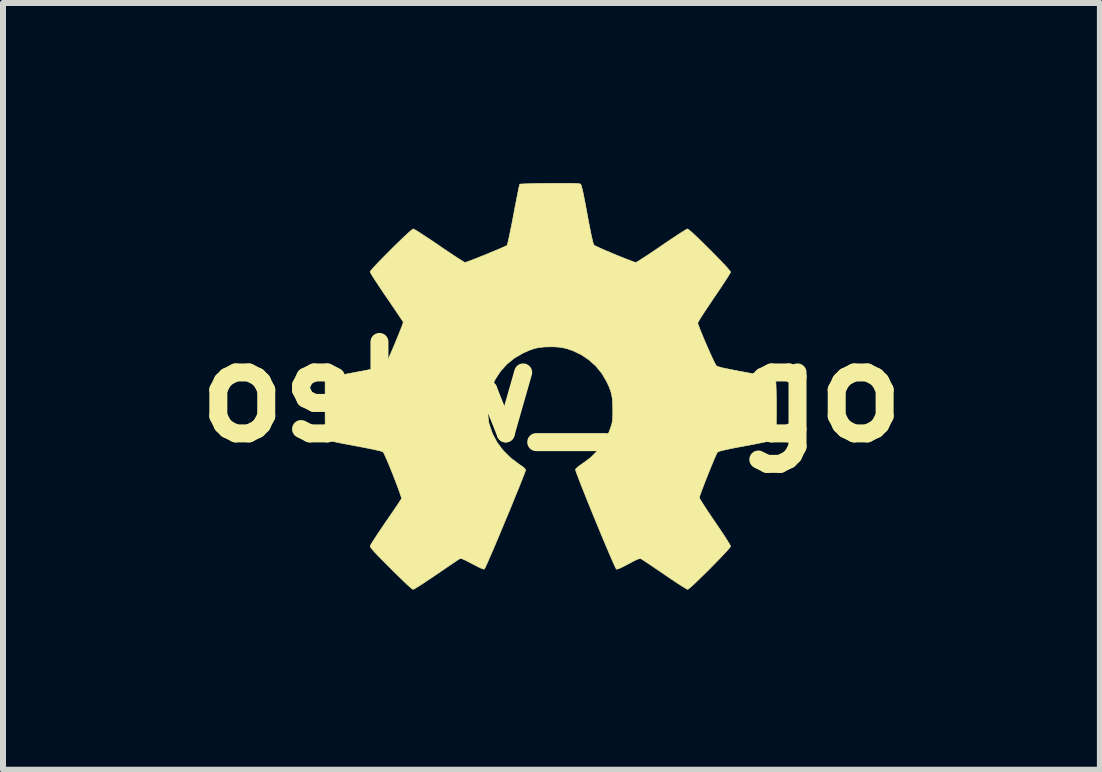
<source format=kicad_pcb>
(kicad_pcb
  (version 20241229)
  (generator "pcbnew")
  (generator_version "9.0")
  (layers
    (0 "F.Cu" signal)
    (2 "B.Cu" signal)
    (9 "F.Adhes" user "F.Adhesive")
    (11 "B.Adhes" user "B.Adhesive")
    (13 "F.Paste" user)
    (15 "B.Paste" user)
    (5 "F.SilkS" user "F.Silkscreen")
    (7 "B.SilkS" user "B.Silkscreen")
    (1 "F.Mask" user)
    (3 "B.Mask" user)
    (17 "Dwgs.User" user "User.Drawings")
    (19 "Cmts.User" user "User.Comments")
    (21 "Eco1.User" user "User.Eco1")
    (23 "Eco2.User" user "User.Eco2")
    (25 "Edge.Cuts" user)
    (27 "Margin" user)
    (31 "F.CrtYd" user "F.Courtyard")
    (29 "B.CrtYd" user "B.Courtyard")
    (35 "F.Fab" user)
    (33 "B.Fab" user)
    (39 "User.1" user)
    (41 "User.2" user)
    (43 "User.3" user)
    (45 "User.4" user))
  (footprint "oshw_logo"
    (layer "F.Cu")
    (at 6.14 3.483)
    (property "Reference" "oshw_logo" (at 0 0 0) (layer "F.SilkS") (effects (font (size 1.524 1.524) (thickness 0.3))))
    (attr through_hole)
    (fp_poly (pts (xy 0.298 -3.478) (xy 0.366 -3.477) (xy 0.416 -3.475) (xy 0.451 -3.472) (xy 0.473 -3.469) (xy 0.485 -3.465) (xy 0.485 -3.464) (xy 0.492 -3.453) (xy 0.501 -3.427) (xy 0.512 -3.384) (xy 0.526 -3.324) (xy 0.542 -3.244) (xy 0.562 -3.143) (xy 0.585 -3.02) (xy 0.596 -2.959) (xy 0.622 -2.822) (xy 0.644 -2.709) (xy 0.662 -2.619) (xy 0.678 -2.549) (xy 0.69 -2.498) (xy 0.7 -2.465) (xy 0.708 -2.449) (xy 0.709 -2.448) (xy 0.726 -2.438) (xy 0.763 -2.42) (xy 0.816 -2.396) (xy 0.881 -2.367) (xy 0.955 -2.336) (xy 1.034 -2.302) (xy 1.114 -2.269) (xy 1.192 -2.238) (xy 1.263 -2.21) (xy 1.324 -2.187) (xy 1.37 -2.169) (xy 1.4 -2.16) (xy 1.406 -2.159) (xy 1.421 -2.166) (xy 1.455 -2.186) (xy 1.505 -2.218) (xy 1.568 -2.259) (xy 1.643 -2.308) (xy 1.726 -2.364) (xy 1.816 -2.425) (xy 1.835 -2.439) (xy 1.926 -2.501) (xy 2.011 -2.558) (xy 2.088 -2.609) (xy 2.154 -2.652) (xy 2.208 -2.685) (xy 2.245 -2.708) (xy 2.265 -2.718) (xy 2.267 -2.718) (xy 2.282 -2.709) (xy 2.313 -2.684) (xy 2.356 -2.646) (xy 2.409 -2.596) (xy 2.471 -2.538) (xy 2.537 -2.473) (xy 2.607 -2.404) (xy 2.677 -2.334) (xy 2.746 -2.264) (xy 2.81 -2.198) (xy 2.868 -2.137) (xy 2.917 -2.085) (xy 2.954 -2.042) (xy 2.977 -2.013) (xy 2.985 -2) (xy 2.978 -1.984) (xy 2.958 -1.95) (xy 2.926 -1.899) (xy 2.885 -1.836) (xy 2.836 -1.761) (xy 2.78 -1.678) (xy 2.719 -1.588) (xy 2.711 -1.577) (xy 2.65 -1.486) (xy 2.594 -1.402) (xy 2.543 -1.326) (xy 2.501 -1.26) (xy 2.469 -1.208) (xy 2.447 -1.171) (xy 2.438 -1.152) (xy 2.438 -1.151) (xy 2.443 -1.13) (xy 2.458 -1.09) (xy 2.479 -1.034) (xy 2.507 -0.966) (xy 2.538 -0.89) (xy 2.573 -0.809) (xy 2.608 -0.728) (xy 2.643 -0.651) (xy 2.675 -0.579) (xy 2.704 -0.519) (xy 2.727 -0.473) (xy 2.743 -0.444) (xy 2.748 -0.438) (xy 2.76 -0.43) (xy 2.782 -0.422) (xy 2.816 -0.412) (xy 2.864 -0.4) (xy 2.928 -0.387) (xy 3.011 -0.37) (xy 3.114 -0.35) (xy 3.24 -0.327) (xy 3.245 -0.326) (xy 3.378 -0.301) (xy 3.487 -0.28) (xy 3.573 -0.263) (xy 3.64 -0.248) (xy 3.687 -0.236) (xy 3.717 -0.227) (xy 3.73 -0.219) (xy 3.731 -0.219) (xy 3.735 -0.201) (xy 3.739 -0.161) (xy 3.742 -0.102) (xy 3.745 -0.029) (xy 3.746 0.056) (xy 3.748 0.149) (xy 3.748 0.247) (xy 3.748 0.346) (xy 3.747 0.443) (xy 3.746 0.535) (xy 3.743 0.618) (xy 3.741 0.688) (xy 3.737 0.742) (xy 3.733 0.778) (xy 3.73 0.79) (xy 3.713 0.796) (xy 3.675 0.806) (xy 3.617 0.82) (xy 3.542 0.836) (xy 3.453 0.854) (xy 3.353 0.874) (xy 3.25 0.893) (xy 3.117 0.918) (xy 3.008 0.939) (xy 2.922 0.957) (xy 2.855 0.972) (xy 2.809 0.984) (xy 2.779 0.994) (xy 2.767 1.001) (xy 2.757 1.018) (xy 2.74 1.056) (xy 2.716 1.109) (xy 2.688 1.176) (xy 2.656 1.252) (xy 2.623 1.334) (xy 2.59 1.418) (xy 2.557 1.5) (xy 2.528 1.577) (xy 2.502 1.645) (xy 2.482 1.7) (xy 2.469 1.739) (xy 2.464 1.759) (xy 2.464 1.759) (xy 2.471 1.775) (xy 2.491 1.81) (xy 2.522 1.86) (xy 2.563 1.923) (xy 2.611 1.997) (xy 2.667 2.08) (xy 2.724 2.164) (xy 2.784 2.252) (xy 2.839 2.334) (xy 2.888 2.408) (xy 2.928 2.471) (xy 2.959 2.521) (xy 2.978 2.555) (xy 2.985 2.57) (xy 2.976 2.586) (xy 2.951 2.616) (xy 2.913 2.659) (xy 2.863 2.712) (xy 2.805 2.774) (xy 2.74 2.84) (xy 2.672 2.91) (xy 2.602 2.981) (xy 2.532 3.049) (xy 2.466 3.114) (xy 2.406 3.172) (xy 2.353 3.221) (xy 2.311 3.258) (xy 2.282 3.282) (xy 2.269 3.289) (xy 2.253 3.282) (xy 2.219 3.262) (xy 2.17 3.231) (xy 2.107 3.191) (xy 2.034 3.142) (xy 1.953 3.088) (xy 1.884 3.041) (xy 1.798 2.982) (xy 1.718 2.928) (xy 1.646 2.879) (xy 1.584 2.838) (xy 1.537 2.806) (xy 1.505 2.786) (xy 1.493 2.78) (xy 1.48 2.776) (xy 1.462 2.777) (xy 1.436 2.786) (xy 1.399 2.802) (xy 1.348 2.829) (xy 1.282 2.864) (xy 1.204 2.905) (xy 1.146 2.933) (xy 1.107 2.948) (xy 1.085 2.952) (xy 1.082 2.951) (xy 1.073 2.937) (xy 1.056 2.901) (xy 1.031 2.847) (xy 1 2.776) (xy 0.963 2.691) (xy 0.922 2.594) (xy 0.877 2.488) (xy 0.829 2.374) (xy 0.78 2.255) (xy 0.73 2.134) (xy 0.68 2.012) (xy 0.632 1.893) (xy 0.585 1.778) (xy 0.542 1.669) (xy 0.502 1.57) (xy 0.468 1.482) (xy 0.44 1.408) (xy 0.418 1.35) (xy 0.405 1.31) (xy 0.4 1.291) (xy 0.4 1.29) (xy 0.413 1.272) (xy 0.444 1.245) (xy 0.487 1.213) (xy 0.516 1.194) (xy 0.655 1.091) (xy 0.773 0.972) (xy 0.871 0.839) (xy 0.949 0.691) (xy 0.98 0.61) (xy 0.996 0.561) (xy 1.008 0.522) (xy 1.015 0.485) (xy 1.019 0.443) (xy 1.021 0.391) (xy 1.022 0.322) (xy 1.022 0.298) (xy 1.02 0.199) (xy 1.015 0.117) (xy 1.003 0.046) (xy 0.985 -0.021) (xy 0.958 -0.092) (xy 0.921 -0.171) (xy 0.842 -0.307) (xy 0.743 -0.429) (xy 0.626 -0.535) (xy 0.495 -0.623) (xy 0.351 -0.691) (xy 0.248 -0.725) (xy 0.187 -0.739) (xy 0.125 -0.748) (xy 0.052 -0.753) (xy -0.013 -0.754) (xy -0.117 -0.751) (xy -0.206 -0.742) (xy -0.289 -0.724) (xy -0.374 -0.694) (xy -0.47 -0.651) (xy -0.476 -0.648) (xy -0.617 -0.566) (xy -0.741 -0.466) (xy -0.848 -0.348) (xy -0.936 -0.214) (xy -1.004 -0.065) (xy -1.031 0.019) (xy -1.049 0.104) (xy -1.059 0.205) (xy -1.061 0.312) (xy -1.056 0.416) (xy -1.044 0.509) (xy -1.036 0.54) (xy -0.983 0.695) (xy -0.906 0.84) (xy -0.807 0.972) (xy -0.686 1.093) (xy -0.543 1.201) (xy -0.537 1.205) (xy -0.484 1.242) (xy -0.451 1.269) (xy -0.434 1.29) (xy -0.432 1.301) (xy -0.437 1.319) (xy -0.45 1.357) (xy -0.472 1.413) (xy -0.501 1.486) (xy -0.535 1.572) (xy -0.575 1.67) (xy -0.619 1.777) (xy -0.665 1.892) (xy -0.714 2.01) (xy -0.765 2.131) (xy -0.815 2.252) (xy -0.864 2.37) (xy -0.912 2.483) (xy -0.957 2.59) (xy -0.999 2.687) (xy -1.036 2.772) (xy -1.067 2.843) (xy -1.092 2.898) (xy -1.109 2.934) (xy -1.117 2.949) (xy -1.118 2.949) (xy -1.133 2.95) (xy -1.163 2.94) (xy -1.21 2.919) (xy -1.275 2.886) (xy -1.319 2.863) (xy -1.389 2.826) (xy -1.441 2.8) (xy -1.477 2.784) (xy -1.503 2.776) (xy -1.52 2.776) (xy -1.528 2.778) (xy -1.545 2.788) (xy -1.58 2.811) (xy -1.631 2.845) (xy -1.694 2.888) (xy -1.768 2.938) (xy -1.85 2.994) (xy -1.918 3.04) (xy -2.004 3.099) (xy -2.084 3.152) (xy -2.155 3.199) (xy -2.216 3.238) (xy -2.263 3.267) (xy -2.294 3.285) (xy -2.305 3.289) (xy -2.322 3.28) (xy -2.355 3.253) (xy -2.405 3.208) (xy -2.47 3.146) (xy -2.551 3.067) (xy -2.647 2.973) (xy -2.678 2.941) (xy -2.768 2.851) (xy -2.842 2.777) (xy -2.9 2.717) (xy -2.945 2.67) (xy -2.978 2.633) (xy -3 2.606) (xy -3.013 2.587) (xy -3.02 2.573) (xy -3.02 2.564) (xy -3.012 2.546) (xy -2.99 2.511) (xy -2.958 2.46) (xy -2.916 2.396) (xy -2.867 2.321) (xy -2.811 2.239) (xy -2.761 2.165) (xy -2.701 2.079) (xy -2.646 1.998) (xy -2.598 1.927) (xy -2.557 1.866) (xy -2.526 1.819) (xy -2.506 1.788) (xy -2.499 1.776) (xy -2.501 1.759) (xy -2.513 1.722) (xy -2.531 1.669) (xy -2.555 1.603) (xy -2.583 1.528) (xy -2.614 1.447) (xy -2.647 1.363) (xy -2.68 1.28) (xy -2.712 1.202) (xy -2.742 1.132) (xy -2.768 1.073) (xy -2.788 1.029) (xy -2.802 1.004) (xy -2.804 1.001) (xy -2.819 0.993) (xy -2.849 0.983) (xy -2.898 0.971) (xy -2.965 0.956) (xy -3.053 0.938) (xy -3.164 0.916) (xy -3.283 0.894) (xy -3.388 0.874) (xy -3.485 0.856) (xy -3.572 0.838) (xy -3.645 0.823) (xy -3.702 0.811) (xy -3.74 0.802) (xy -3.756 0.797) (xy -3.756 0.797) (xy -3.76 0.788) (xy -3.764 0.766) (xy -3.766 0.731) (xy -3.769 0.68) (xy -3.77 0.611) (xy -3.771 0.522) (xy -3.772 0.411) (xy -3.772 0.279) (xy -3.772 -0.227) (xy -3.745 -0.236) (xy -3.726 -0.24) (xy -3.686 -0.248) (xy -3.626 -0.26) (xy -3.551 -0.274) (xy -3.462 -0.291) (xy -3.363 -0.31) (xy -3.257 -0.33) (xy -3.253 -0.331) (xy -3.124 -0.355) (xy -3.018 -0.376) (xy -2.933 -0.393) (xy -2.868 -0.407) (xy -2.822 -0.419) (xy -2.791 -0.428) (xy -2.776 -0.436) (xy -2.773 -0.438) (xy -2.762 -0.459) (xy -2.743 -0.499) (xy -2.718 -0.553) (xy -2.689 -0.62) (xy -2.656 -0.695) (xy -2.623 -0.774) (xy -2.589 -0.855) (xy -2.557 -0.933) (xy -2.528 -1.005) (xy -2.503 -1.068) (xy -2.484 -1.118) (xy -2.473 -1.152) (xy -2.47 -1.165) (xy -2.478 -1.18) (xy -2.5 -1.212) (xy -2.532 -1.261) (xy -2.574 -1.324) (xy -2.624 -1.397) (xy -2.68 -1.48) (xy -2.741 -1.569) (xy -2.75 -1.581) (xy -2.811 -1.671) (xy -2.867 -1.755) (xy -2.917 -1.831) (xy -2.96 -1.896) (xy -2.992 -1.948) (xy -3.014 -1.984) (xy -3.022 -2.002) (xy -3.023 -2.003) (xy -3.014 -2.018) (xy -2.989 -2.048) (xy -2.95 -2.091) (xy -2.901 -2.144) (xy -2.842 -2.205) (xy -2.777 -2.271) (xy -2.708 -2.34) (xy -2.638 -2.411) (xy -2.568 -2.479) (xy -2.502 -2.543) (xy -2.441 -2.601) (xy -2.389 -2.649) (xy -2.346 -2.687) (xy -2.317 -2.71) (xy -2.304 -2.718) (xy -2.288 -2.711) (xy -2.253 -2.691) (xy -2.203 -2.66) (xy -2.139 -2.618) (xy -2.064 -2.569) (xy -1.98 -2.513) (xy -1.889 -2.452) (xy -1.87 -2.438) (xy -1.779 -2.376) (xy -1.694 -2.319) (xy -1.617 -2.268) (xy -1.551 -2.225) (xy -1.498 -2.192) (xy -1.461 -2.169) (xy -1.441 -2.159) (xy -1.44 -2.159) (xy -1.422 -2.164) (xy -1.385 -2.177) (xy -1.332 -2.197) (xy -1.266 -2.222) (xy -1.192 -2.252) (xy -1.114 -2.283) (xy -1.034 -2.316) (xy -0.956 -2.348) (xy -0.886 -2.378) (xy -0.825 -2.404) (xy -0.778 -2.425) (xy -0.748 -2.439) (xy -0.74 -2.444) (xy -0.734 -2.459) (xy -0.725 -2.496) (xy -0.712 -2.553) (xy -0.696 -2.627) (xy -0.678 -2.715) (xy -0.658 -2.814) (xy -0.638 -2.921) (xy -0.631 -2.956) (xy -0.611 -3.065) (xy -0.591 -3.166) (xy -0.573 -3.257) (xy -0.558 -3.335) (xy -0.545 -3.397) (xy -0.535 -3.44) (xy -0.529 -3.462) (xy -0.528 -3.464) (xy -0.514 -3.466) (xy -0.477 -3.468) (xy -0.42 -3.47) (xy -0.346 -3.472) (xy -0.258 -3.474) (xy -0.159 -3.476) (xy -0.051 -3.477) (xy -0.027 -3.477) (xy 0.104 -3.478) (xy 0.212 -3.478) (xy 0.298 -3.478)) (stroke (width 0.01) (type solid)) (fill yes) (layer "F.SilkS")))
  (gr_rect
    (start -3 -3)
    (end 15.279 9.777)
    (stroke (width 0.1) (type default))
    (fill no)
    (layer "Edge.Cuts")))
</source>
